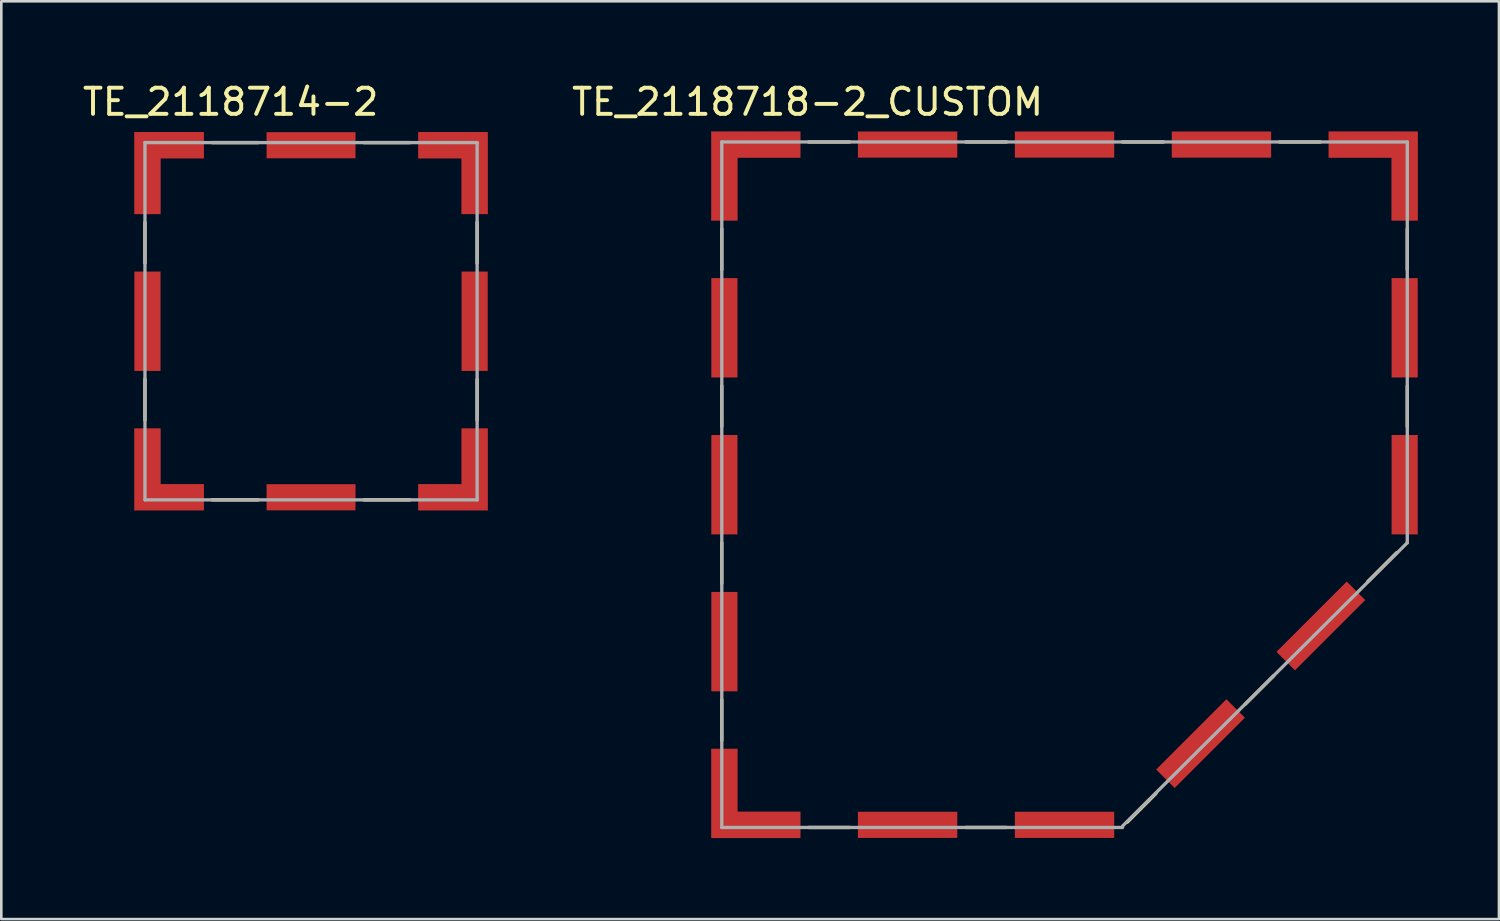
<source format=kicad_pcb>
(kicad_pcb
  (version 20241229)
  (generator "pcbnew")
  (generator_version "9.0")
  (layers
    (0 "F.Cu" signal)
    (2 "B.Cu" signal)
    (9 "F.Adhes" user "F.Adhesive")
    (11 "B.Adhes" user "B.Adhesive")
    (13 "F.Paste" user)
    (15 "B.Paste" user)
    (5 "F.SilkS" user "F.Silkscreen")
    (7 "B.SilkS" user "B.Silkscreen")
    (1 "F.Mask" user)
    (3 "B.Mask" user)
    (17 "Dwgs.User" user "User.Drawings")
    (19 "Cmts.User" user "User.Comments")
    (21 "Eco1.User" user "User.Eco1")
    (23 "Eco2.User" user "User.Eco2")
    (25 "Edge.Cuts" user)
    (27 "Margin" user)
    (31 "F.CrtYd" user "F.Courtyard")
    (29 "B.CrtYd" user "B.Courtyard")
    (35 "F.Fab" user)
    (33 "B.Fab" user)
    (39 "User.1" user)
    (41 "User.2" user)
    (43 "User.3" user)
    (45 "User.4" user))
  (footprint "TE_2118714-2"
    (layer "F.Cu")
    (at 8.843 9.233)
    (property "Reference" "TE_2118714-2" (at -3.075 -8.385 0) (layer "F.SilkS") (effects (font (size 1 1) (thickness 0.15))))
    (attr smd)
    (fp_poly (pts (xy -6.855 -4) (xy -6.855 -7.33) (xy -4 -7.33) (xy -4 -6.13) (xy -5.655 -6.13) (xy -5.655 -4)) (stroke (width 0.01) (type solid)) (fill yes) (layer "F.Mask"))
    (fp_poly (pts (xy -6.855 4) (xy -6.855 7.33) (xy -4 7.33) (xy -4 6.13) (xy -5.655 6.13) (xy -5.655 4)) (stroke (width 0.01) (type solid)) (fill yes) (layer "F.Mask"))
    (fp_poly (pts (xy 6.855 -4) (xy 6.855 -7.33) (xy 4 -7.33) (xy 4 -6.13) (xy 5.655 -6.13) (xy 5.655 -4)) (stroke (width 0.01) (type solid)) (fill yes) (layer "F.Mask"))
    (fp_poly (pts (xy 6.855 4) (xy 6.855 7.33) (xy 4 7.33) (xy 4 6.13) (xy 5.655 6.13) (xy 5.655 4)) (stroke (width 0.01) (type solid)) (fill yes) (layer "F.Mask"))
    (fp_line (start -6.35 -3.78) (end -6.35 -2.223) (stroke (width 0.127) (type solid)) (layer "F.SilkS"))
    (fp_line (start -6.35 2.22) (end -6.35 3.78) (stroke (width 0.127) (type solid)) (layer "F.SilkS"))
    (fp_line (start -3.78 6.83) (end -2.02 6.83) (stroke (width 0.127) (type solid)) (layer "F.SilkS"))
    (fp_line (start -2.02 -6.83) (end -3.78 -6.83) (stroke (width 0.127) (type solid)) (layer "F.SilkS"))
    (fp_line (start 2.02 6.83) (end 3.78 6.83) (stroke (width 0.127) (type solid)) (layer "F.SilkS"))
    (fp_line (start 3.78 -6.83) (end 2.02 -6.83) (stroke (width 0.127) (type solid)) (layer "F.SilkS"))
    (fp_line (start 6.35 -2.22) (end 6.35 -3.78) (stroke (width 0.127) (type solid)) (layer "F.SilkS"))
    (fp_line (start 6.35 3.78) (end 6.35 2.223) (stroke (width 0.127) (type solid)) (layer "F.SilkS"))
    (fp_poly (pts (xy -6.755 -4.1) (xy -6.755 -7.23) (xy -4.1 -7.23) (xy -4.1 -6.23) (xy -5.755 -6.23) (xy -5.755 -4.1)) (stroke (width 0.01) (type solid)) (fill yes) (layer "F.Paste"))
    (fp_poly (pts (xy -6.755 4.1) (xy -6.755 7.23) (xy -4.1 7.23) (xy -4.1 6.23) (xy -5.755 6.23) (xy -5.755 4.1)) (stroke (width 0.01) (type solid)) (fill yes) (layer "F.Paste"))
    (fp_poly (pts (xy 6.755 -4.1) (xy 6.755 -7.23) (xy 4.1 -7.23) (xy 4.1 -6.23) (xy 5.755 -6.23) (xy 5.755 -4.1)) (stroke (width 0.01) (type solid)) (fill yes) (layer "F.Paste"))
    (fp_poly (pts (xy 6.755 4.1) (xy 6.755 7.23) (xy 4.1 7.23) (xy 4.1 6.23) (xy 5.755 6.23) (xy 5.755 4.1)) (stroke (width 0.01) (type solid)) (fill yes) (layer "F.Paste"))
    (fp_line (start -6.35 -6.83) (end -6.35 6.83) (stroke (width 0.127) (type solid)) (layer "F.Fab"))
    (fp_line (start -6.35 6.83) (end 6.35 6.83) (stroke (width 0.127) (type solid)) (layer "F.Fab"))
    (fp_line (start 6.35 -6.83) (end -6.35 -6.83) (stroke (width 0.127) (type solid)) (layer "F.Fab"))
    (fp_line (start 6.35 6.83) (end 6.35 -6.83) (stroke (width 0.127) (type solid)) (layer "F.Fab"))
    (pad "SH1" smd custom (at -6.255 6.73) (size 0.5 0.5) (layers "F.Cu") (options (anchor rect)) (primitives (gr_poly (pts (xy -0.5 -2.63) (xy -0.5 0.5) (xy 2.155 0.5) (xy 2.155 -0.5) (xy 0.5 -0.5) (xy 0.5 -2.63)) (width 0.01) (fill yes))))
    (pad "SH2" smd rect (at 0 6.73) (size 3.4 1) (layers "F.Cu" "F.Mask" "F.Paste"))
    (pad "SH3" smd custom (at 6.255 6.73) (size 0.5 0.5) (layers "F.Cu") (options (anchor rect)) (primitives (gr_poly (pts (xy 0.5 -2.63) (xy 0.5 0.5) (xy -2.155 0.5) (xy -2.155 -0.5) (xy -0.5 -0.5) (xy -0.5 -2.63)) (width 0.01) (fill yes))))
    (pad "SH4" smd rect (at 6.255 0) (size 1 3.8) (layers "F.Cu" "F.Mask" "F.Paste"))
    (pad "SH5" smd custom (at 6.255 -6.73) (size 0.5 0.5) (layers "F.Cu") (options (anchor rect)) (primitives (gr_poly (pts (xy 0.5 2.63) (xy 0.5 -0.5) (xy -2.155 -0.5) (xy -2.155 0.5) (xy -0.5 0.5) (xy -0.5 2.63)) (width 0.01) (fill yes))))
    (pad "SH6" smd rect (at 0 -6.73) (size 3.4 1) (layers "F.Cu" "F.Mask" "F.Paste"))
    (pad "SH7" smd custom (at -6.255 -6.73) (size 0.5 0.5) (layers "F.Cu") (options (anchor rect)) (primitives (gr_poly (pts (xy -0.5 2.63) (xy -0.5 -0.5) (xy 2.155 -0.5) (xy 2.155 0.5) (xy 0.5 0.5) (xy 0.5 2.63)) (width 0.01) (fill yes))))
    (pad "SH8" smd rect (at -6.255 0) (size 1 3.8) (layers "F.Cu" "F.Mask" "F.Paste")))
  (footprint "TE_2118718-2_CUSTOM"
    (layer "F.Cu")
    (at 37.653 15.483)
    (property "Reference" "TE_2118718-2_CUSTOM" (at -9.825 -14.635 0) (layer "F.SilkS") (effects (font (size 1 1) (thickness 0.15))))
    (attr smd)
    (fp_poly (pts (xy -13.605 -10) (xy -13.605 -13.605) (xy -10 -13.605) (xy -10 -12.405) (xy -12.405 -12.405) (xy -12.405 -10)) (stroke (width 0.01) (type solid)) (fill yes) (layer "F.Mask"))
    (fp_poly (pts (xy -13.605 10) (xy -13.605 13.605) (xy -10 13.605) (xy -10 12.405) (xy -12.405 12.405) (xy -12.405 10)) (stroke (width 0.01) (type solid)) (fill yes) (layer "F.Mask"))
    (fp_poly (pts (xy 10 -13.605) (xy 13.605 -13.605) (xy 13.605 -10) (xy 12.405 -10) (xy 12.405 -12.405) (xy 10 -12.405)) (stroke (width 0.01) (type solid)) (fill yes) (layer "F.Mask"))
    (fp_line (start -13.105 -9.78) (end -13.105 -8.22) (stroke (width 0.127) (type solid)) (layer "F.SilkS"))
    (fp_line (start -13.105 -3.78) (end -13.105 -2.22) (stroke (width 0.127) (type solid)) (layer "F.SilkS"))
    (fp_line (start -13.105 2.22) (end -13.105 3.78) (stroke (width 0.127) (type solid)) (layer "F.SilkS"))
    (fp_line (start -13.105 8.22) (end -13.105 9.78) (stroke (width 0.127) (type solid)) (layer "F.SilkS"))
    (fp_line (start -9.78 13.105) (end -8.22 13.105) (stroke (width 0.127) (type solid)) (layer "F.SilkS"))
    (fp_line (start -8.22 -13.105) (end -9.78 -13.105) (stroke (width 0.127) (type solid)) (layer "F.SilkS"))
    (fp_line (start -3.78 13.105) (end -2.22 13.105) (stroke (width 0.127) (type solid)) (layer "F.SilkS"))
    (fp_line (start -2.22 -13.105) (end -3.78 -13.105) (stroke (width 0.127) (type solid)) (layer "F.SilkS"))
    (fp_line (start 2.397 12.903) (end 3.5 11.8) (stroke (width 0.127) (type solid)) (layer "F.SilkS"))
    (fp_line (start 3.78 -13.105) (end 2.22 -13.105) (stroke (width 0.127) (type solid)) (layer "F.SilkS"))
    (fp_line (start 6.898 8.402) (end 8.002 7.298) (stroke (width 0.127) (type solid)) (layer "F.SilkS"))
    (fp_line (start 9.78 -13.105) (end 8.22 -13.105) (stroke (width 0.127) (type solid)) (layer "F.SilkS"))
    (fp_line (start 11.598 3.702) (end 12.702 2.598) (stroke (width 0.127) (type solid)) (layer "F.SilkS"))
    (fp_line (start 13.105 -8.22) (end 13.105 -9.78) (stroke (width 0.127) (type solid)) (layer "F.SilkS"))
    (fp_line (start 13.105 -2.22) (end 13.105 -3.78) (stroke (width 0.127) (type solid)) (layer "F.SilkS"))
    (fp_poly (pts (xy -13.505 -10.1) (xy -13.505 -13.505) (xy -10.1 -13.505) (xy -10.1 -12.505) (xy -12.505 -12.505) (xy -12.505 -10.1)) (stroke (width 0.01) (type solid)) (fill yes) (layer "F.Paste"))
    (fp_poly (pts (xy -13.505 10.1) (xy -13.505 13.505) (xy -10.1 13.505) (xy -10.1 12.505) (xy -12.505 12.505) (xy -12.505 10.1)) (stroke (width 0.01) (type solid)) (fill yes) (layer "F.Paste"))
    (fp_poly (pts (xy 10.1 -13.505) (xy 13.505 -13.505) (xy 13.505 -10.1) (xy 12.505 -10.1) (xy 12.505 -12.505) (xy 10.1 -12.505)) (stroke (width 0.01) (type solid)) (fill yes) (layer "F.Paste"))
    (fp_line (start -13.105 -13.105) (end 13.105 -13.105) (stroke (width 0.127) (type solid)) (layer "F.Fab"))
    (fp_line (start -13.105 13.105) (end -13.105 -13.105) (stroke (width 0.127) (type solid)) (layer "F.Fab"))
    (fp_line (start 2.22 13.05) (end 13.105 2.22) (stroke (width 0.127) (type solid)) (layer "F.Fab"))
    (fp_line (start 2.22 13.105) (end -13.105 13.105) (stroke (width 0.127) (type solid)) (layer "F.Fab"))
    (fp_line (start 13.105 -13.105) (end 13.105 2.22) (stroke (width 0.127) (type solid)) (layer "F.Fab"))
    (pad "SH1" smd custom (at -13.005 13.005) (size 0.5 0.5) (layers "F.Cu") (options (anchor rect)) (primitives (gr_poly (pts (xy -0.5 -2.905) (xy -0.5 0.5) (xy 2.905 0.5) (xy 2.905 -0.5) (xy 0.5 -0.5) (xy 0.5 -2.905)) (width 0.01) (fill yes))))
    (pad "SH2" smd rect (at -6 13.005) (size 3.8 1) (layers "F.Cu" "F.Mask" "F.Paste"))
    (pad "SH3" smd rect (at 0 13.005) (size 3.8 1) (layers "F.Cu" "F.Mask" "F.Paste"))
    (pad "SH4" smd rect (at 5.2 9.9 45) (size 3.8 1) (layers "F.Cu" "F.Mask" "F.Paste"))
    (pad "SH6" smd rect (at 9.8 5.4 315) (size 1 3.8) (layers "F.Cu" "F.Mask" "F.Paste"))
    (pad "SH7" smd rect (at 13.005 0) (size 1 3.8) (layers "F.Cu" "F.Mask" "F.Paste"))
    (pad "SH8" smd rect (at 13.005 -6) (size 1 3.8) (layers "F.Cu" "F.Mask" "F.Paste"))
    (pad "SH9" smd custom (at 13.005 -13.005) (size 0.5 0.5) (layers "F.Cu") (options (anchor rect)) (primitives (gr_poly (pts (xy -2.905 -0.5) (xy 0.5 -0.5) (xy 0.5 2.905) (xy -0.5 2.905) (xy -0.5 0.5) (xy -2.905 0.5)) (width 0.01) (fill yes))))
    (pad "SH10" smd rect (at 6 -13.005) (size 3.8 1) (layers "F.Cu" "F.Mask" "F.Paste"))
    (pad "SH11" smd rect (at 0 -13.005) (size 3.8 1) (layers "F.Cu" "F.Mask" "F.Paste"))
    (pad "SH12" smd rect (at -6 -13.005) (size 3.8 1) (layers "F.Cu" "F.Mask" "F.Paste"))
    (pad "SH13" smd custom (at -13.005 -13.005) (size 0.5 0.5) (layers "F.Cu") (options (anchor rect)) (primitives (gr_poly (pts (xy -0.5 2.905) (xy -0.5 -0.5) (xy 2.905 -0.5) (xy 2.905 0.5) (xy 0.5 0.5) (xy 0.5 2.905)) (width 0.01) (fill yes))))
    (pad "SH14" smd rect (at -13.005 -6) (size 1 3.8) (layers "F.Cu" "F.Mask" "F.Paste"))
    (pad "SH15" smd rect (at -13.005 0) (size 1 3.8) (layers "F.Cu" "F.Mask" "F.Paste"))
    (pad "SH16" smd rect (at -13.005 6) (size 1 3.8) (layers "F.Cu" "F.Mask" "F.Paste")))
  (gr_rect
    (start -3 -3)
    (end 54.263 32.093)
    (stroke (width 0.1) (type default))
    (fill no)
    (layer "Edge.Cuts")))
</source>
